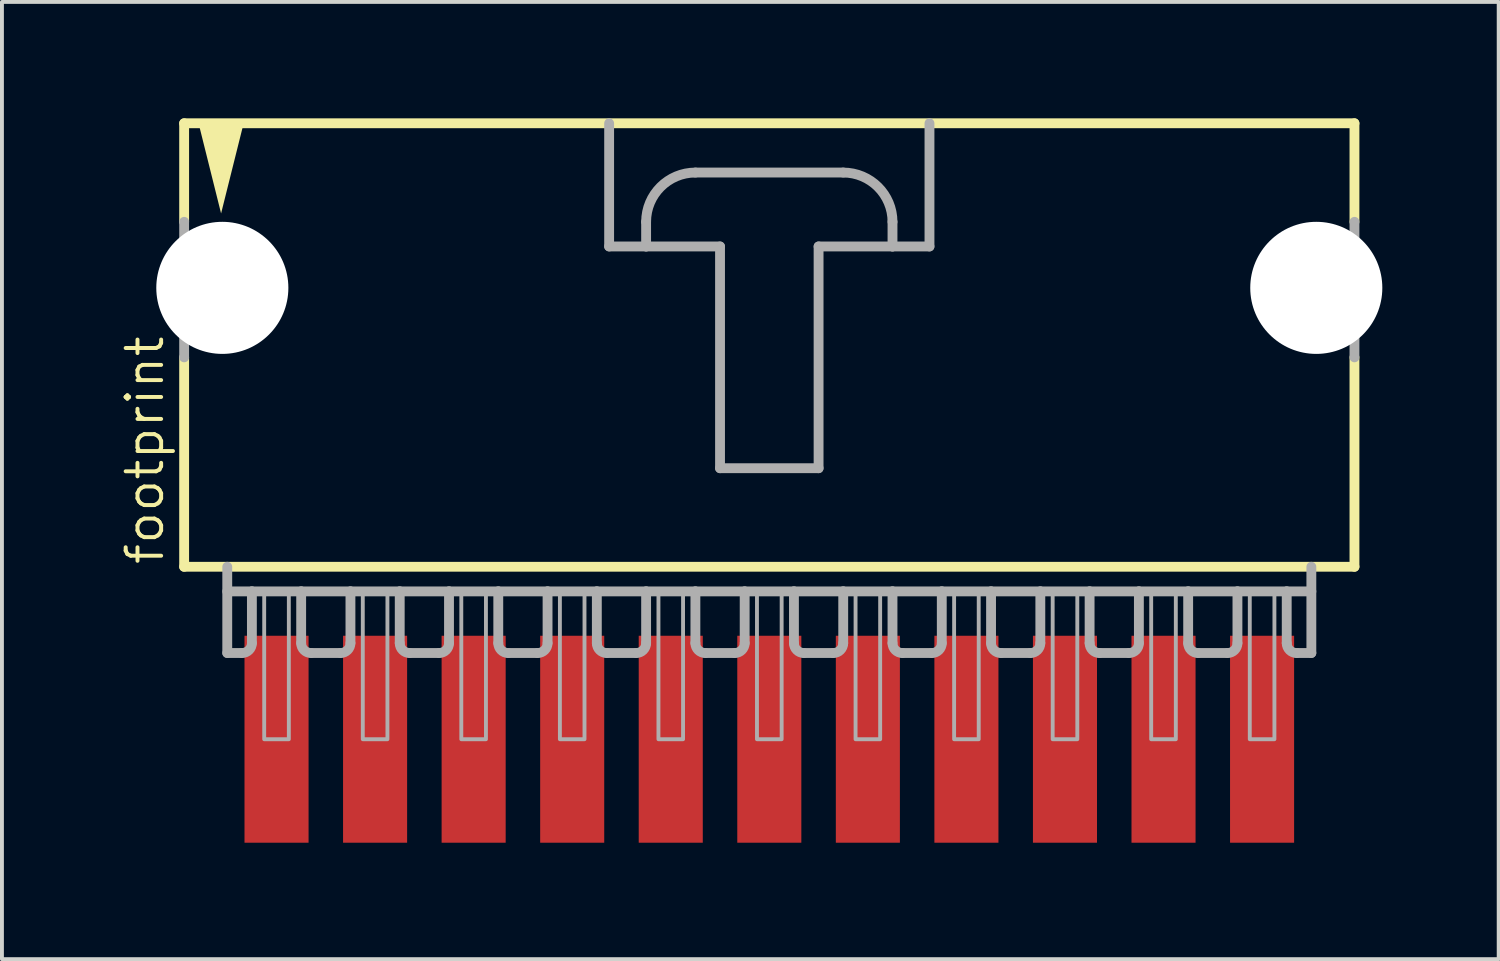
<source format=kicad_pcb>
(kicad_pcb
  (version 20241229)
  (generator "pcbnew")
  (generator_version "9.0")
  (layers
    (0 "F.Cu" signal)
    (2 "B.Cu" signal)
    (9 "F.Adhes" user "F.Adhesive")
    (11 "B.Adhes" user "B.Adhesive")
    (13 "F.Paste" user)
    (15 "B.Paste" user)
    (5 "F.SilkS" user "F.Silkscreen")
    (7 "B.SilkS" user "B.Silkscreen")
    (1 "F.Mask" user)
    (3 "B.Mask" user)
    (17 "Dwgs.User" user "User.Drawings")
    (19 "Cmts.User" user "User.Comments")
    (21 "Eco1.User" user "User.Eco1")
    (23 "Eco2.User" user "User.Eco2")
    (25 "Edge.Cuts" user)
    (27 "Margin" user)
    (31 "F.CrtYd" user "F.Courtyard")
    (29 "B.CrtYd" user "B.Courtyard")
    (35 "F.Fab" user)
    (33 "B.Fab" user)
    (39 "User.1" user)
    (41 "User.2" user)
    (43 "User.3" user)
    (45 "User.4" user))
  (footprint "footprint"
    (layer "F.Cu")
    (at 16.777 5.207)
    (property "Reference" "footprint" (at -15.557 6.35 90) (layer "F.SilkS") (effects (font (size 0.914 0.914) (thickness 0.102)) (justify left bottom)))
    (fp_line (start -15.081 -5.08) (end -15.081 -2.54) (stroke (width 0.254) (type solid)) (layer "F.SilkS"))
    (fp_line (start -15.081 0.953) (end -15.081 6.35) (stroke (width 0.254) (type solid)) (layer "F.SilkS"))
    (fp_line (start -15.081 6.35) (end 15.081 6.35) (stroke (width 0.254) (type solid)) (layer "F.SilkS"))
    (fp_line (start 15.081 -5.08) (end -15.081 -5.08) (stroke (width 0.254) (type solid)) (layer "F.SilkS"))
    (fp_line (start 15.081 -2.54) (end 15.081 -5.08) (stroke (width 0.254) (type solid)) (layer "F.SilkS"))
    (fp_line (start 15.081 6.35) (end 15.081 0.953) (stroke (width 0.254) (type solid)) (layer "F.SilkS"))
    (fp_poly (pts (xy -14.129 -2.756) (xy -14.735 -5.182) (xy -13.522 -5.182)) (stroke (width 0) (type solid)) (fill yes) (layer "F.SilkS"))
    (fp_line (start -15.081 -2.54) (end -15.081 0.953) (stroke (width 0.254) (type solid)) (layer "F.Fab"))
    (fp_line (start -13.97 6.35) (end -13.97 8.572) (stroke (width 0.254) (type solid)) (layer "F.Fab"))
    (fp_line (start -13.97 6.985) (end -13.335 6.985) (stroke (width 0.254) (type solid)) (layer "F.Fab"))
    (fp_line (start -13.589 8.572) (end -13.97 8.572) (stroke (width 0.254) (type solid)) (layer "F.Fab"))
    (fp_line (start -13.335 6.985) (end -13.335 8.319) (stroke (width 0.254) (type solid)) (layer "F.Fab"))
    (fp_line (start -13.335 6.985) (end -12.065 6.985) (stroke (width 0.254) (type solid)) (layer "F.Fab"))
    (fp_line (start -12.065 6.985) (end -12.065 8.319) (stroke (width 0.254) (type solid)) (layer "F.Fab"))
    (fp_line (start -12.065 6.985) (end -10.795 6.985) (stroke (width 0.254) (type solid)) (layer "F.Fab"))
    (fp_line (start -11.049 8.572) (end -11.811 8.572) (stroke (width 0.254) (type solid)) (layer "F.Fab"))
    (fp_line (start -10.795 6.985) (end -10.795 8.319) (stroke (width 0.254) (type solid)) (layer "F.Fab"))
    (fp_line (start -10.795 6.985) (end -9.525 6.985) (stroke (width 0.254) (type solid)) (layer "F.Fab"))
    (fp_line (start -9.525 6.985) (end -9.525 8.319) (stroke (width 0.254) (type solid)) (layer "F.Fab"))
    (fp_line (start -9.525 6.985) (end -8.255 6.985) (stroke (width 0.254) (type solid)) (layer "F.Fab"))
    (fp_line (start -8.509 8.572) (end -9.271 8.572) (stroke (width 0.254) (type solid)) (layer "F.Fab"))
    (fp_line (start -8.255 6.985) (end -8.255 8.319) (stroke (width 0.254) (type solid)) (layer "F.Fab"))
    (fp_line (start -8.255 6.985) (end -6.985 6.985) (stroke (width 0.254) (type solid)) (layer "F.Fab"))
    (fp_line (start -6.985 6.985) (end -6.985 8.319) (stroke (width 0.254) (type solid)) (layer "F.Fab"))
    (fp_line (start -6.985 6.985) (end -5.715 6.985) (stroke (width 0.254) (type solid)) (layer "F.Fab"))
    (fp_line (start -5.969 8.572) (end -6.731 8.572) (stroke (width 0.254) (type solid)) (layer "F.Fab"))
    (fp_line (start -5.715 6.985) (end -5.715 8.319) (stroke (width 0.254) (type solid)) (layer "F.Fab"))
    (fp_line (start -5.715 6.985) (end -4.445 6.985) (stroke (width 0.254) (type solid)) (layer "F.Fab"))
    (fp_line (start -4.445 6.985) (end -4.445 8.319) (stroke (width 0.254) (type solid)) (layer "F.Fab"))
    (fp_line (start -4.445 6.985) (end -3.175 6.985) (stroke (width 0.254) (type solid)) (layer "F.Fab"))
    (fp_line (start -4.128 -5.08) (end -4.128 -1.905) (stroke (width 0.254) (type solid)) (layer "F.Fab"))
    (fp_line (start -4.128 -1.905) (end -3.175 -1.905) (stroke (width 0.254) (type solid)) (layer "F.Fab"))
    (fp_line (start -3.429 8.572) (end -4.191 8.572) (stroke (width 0.254) (type solid)) (layer "F.Fab"))
    (fp_line (start -3.175 -1.905) (end -3.175 -2.54) (stroke (width 0.254) (type solid)) (layer "F.Fab"))
    (fp_line (start -3.175 -1.905) (end -1.27 -1.905) (stroke (width 0.254) (type solid)) (layer "F.Fab"))
    (fp_line (start -3.175 6.985) (end -3.175 8.319) (stroke (width 0.254) (type solid)) (layer "F.Fab"))
    (fp_line (start -3.175 6.985) (end -1.905 6.985) (stroke (width 0.254) (type solid)) (layer "F.Fab"))
    (fp_line (start -1.905 -3.81) (end 1.905 -3.81) (stroke (width 0.254) (type solid)) (layer "F.Fab"))
    (fp_line (start -1.905 6.985) (end -1.905 8.319) (stroke (width 0.254) (type solid)) (layer "F.Fab"))
    (fp_line (start -1.905 6.985) (end -0.635 6.985) (stroke (width 0.254) (type solid)) (layer "F.Fab"))
    (fp_line (start -1.27 -1.905) (end -1.27 3.81) (stroke (width 0.254) (type solid)) (layer "F.Fab"))
    (fp_line (start -1.27 3.81) (end 1.27 3.81) (stroke (width 0.254) (type solid)) (layer "F.Fab"))
    (fp_line (start -0.889 8.572) (end -1.651 8.572) (stroke (width 0.254) (type solid)) (layer "F.Fab"))
    (fp_line (start -0.635 6.985) (end -0.635 8.319) (stroke (width 0.254) (type solid)) (layer "F.Fab"))
    (fp_line (start -0.635 6.985) (end 0.635 6.985) (stroke (width 0.254) (type solid)) (layer "F.Fab"))
    (fp_line (start 0.635 6.985) (end 0.635 8.319) (stroke (width 0.254) (type solid)) (layer "F.Fab"))
    (fp_line (start 0.635 6.985) (end 1.905 6.985) (stroke (width 0.254) (type solid)) (layer "F.Fab"))
    (fp_line (start 1.27 -1.905) (end 3.175 -1.905) (stroke (width 0.254) (type solid)) (layer "F.Fab"))
    (fp_line (start 1.27 3.81) (end 1.27 -1.905) (stroke (width 0.254) (type solid)) (layer "F.Fab"))
    (fp_line (start 1.651 8.572) (end 0.889 8.572) (stroke (width 0.254) (type solid)) (layer "F.Fab"))
    (fp_line (start 1.905 6.985) (end 1.905 8.319) (stroke (width 0.254) (type solid)) (layer "F.Fab"))
    (fp_line (start 1.905 6.985) (end 3.175 6.985) (stroke (width 0.254) (type solid)) (layer "F.Fab"))
    (fp_line (start 3.175 -2.54) (end 3.175 -1.905) (stroke (width 0.254) (type solid)) (layer "F.Fab"))
    (fp_line (start 3.175 -1.905) (end 4.128 -1.905) (stroke (width 0.254) (type solid)) (layer "F.Fab"))
    (fp_line (start 3.175 6.985) (end 3.175 8.319) (stroke (width 0.254) (type solid)) (layer "F.Fab"))
    (fp_line (start 3.175 6.985) (end 4.445 6.985) (stroke (width 0.254) (type solid)) (layer "F.Fab"))
    (fp_line (start 4.128 -1.905) (end 4.128 -5.08) (stroke (width 0.254) (type solid)) (layer "F.Fab"))
    (fp_line (start 4.191 8.572) (end 3.429 8.572) (stroke (width 0.254) (type solid)) (layer "F.Fab"))
    (fp_line (start 4.445 6.985) (end 4.445 8.319) (stroke (width 0.254) (type solid)) (layer "F.Fab"))
    (fp_line (start 4.445 6.985) (end 5.715 6.985) (stroke (width 0.254) (type solid)) (layer "F.Fab"))
    (fp_line (start 5.715 6.985) (end 5.715 8.319) (stroke (width 0.254) (type solid)) (layer "F.Fab"))
    (fp_line (start 5.715 6.985) (end 6.985 6.985) (stroke (width 0.254) (type solid)) (layer "F.Fab"))
    (fp_line (start 6.731 8.572) (end 5.969 8.572) (stroke (width 0.254) (type solid)) (layer "F.Fab"))
    (fp_line (start 6.985 6.985) (end 6.985 8.319) (stroke (width 0.254) (type solid)) (layer "F.Fab"))
    (fp_line (start 6.985 6.985) (end 8.255 6.985) (stroke (width 0.254) (type solid)) (layer "F.Fab"))
    (fp_line (start 8.255 6.985) (end 8.255 8.319) (stroke (width 0.254) (type solid)) (layer "F.Fab"))
    (fp_line (start 8.255 6.985) (end 9.525 6.985) (stroke (width 0.254) (type solid)) (layer "F.Fab"))
    (fp_line (start 9.271 8.572) (end 8.509 8.572) (stroke (width 0.254) (type solid)) (layer "F.Fab"))
    (fp_line (start 9.525 6.985) (end 9.525 8.319) (stroke (width 0.254) (type solid)) (layer "F.Fab"))
    (fp_line (start 9.525 6.985) (end 10.795 6.985) (stroke (width 0.254) (type solid)) (layer "F.Fab"))
    (fp_line (start 10.795 6.985) (end 10.795 8.319) (stroke (width 0.254) (type solid)) (layer "F.Fab"))
    (fp_line (start 10.795 6.985) (end 12.065 6.985) (stroke (width 0.254) (type solid)) (layer "F.Fab"))
    (fp_line (start 11.811 8.572) (end 11.049 8.572) (stroke (width 0.254) (type solid)) (layer "F.Fab"))
    (fp_line (start 12.065 6.985) (end 12.065 8.319) (stroke (width 0.254) (type solid)) (layer "F.Fab"))
    (fp_line (start 12.065 6.985) (end 13.335 6.985) (stroke (width 0.254) (type solid)) (layer "F.Fab"))
    (fp_line (start 13.335 6.985) (end 13.335 8.319) (stroke (width 0.254) (type solid)) (layer "F.Fab"))
    (fp_line (start 13.335 6.985) (end 13.97 6.985) (stroke (width 0.254) (type solid)) (layer "F.Fab"))
    (fp_line (start 13.589 8.572) (end 13.97 8.572) (stroke (width 0.254) (type solid)) (layer "F.Fab"))
    (fp_line (start 13.97 8.572) (end 13.97 6.35) (stroke (width 0.254) (type solid)) (layer "F.Fab"))
    (fp_line (start 15.081 -2.54) (end 15.081 0.953) (stroke (width 0.254) (type solid)) (layer "F.Fab"))
    (fp_arc (start -13.335 8.3185) (mid -13.409395 8.498105) (end -13.589 8.5725) (stroke (width 0.254) (type solid)) (layer "F.Fab"))
    (fp_arc (start -11.811 8.5725) (mid -11.990605 8.498105) (end -12.065 8.3185) (stroke (width 0.254) (type solid)) (layer "F.Fab"))
    (fp_arc (start -10.795 8.3185) (mid -10.869395 8.498105) (end -11.049 8.5725) (stroke (width 0.254) (type solid)) (layer "F.Fab"))
    (fp_arc (start -9.271 8.5725) (mid -9.450605 8.498105) (end -9.525 8.3185) (stroke (width 0.254) (type solid)) (layer "F.Fab"))
    (fp_arc (start -8.255 8.3185) (mid -8.329395 8.498105) (end -8.509 8.5725) (stroke (width 0.254) (type solid)) (layer "F.Fab"))
    (fp_arc (start -6.731 8.5725) (mid -6.910605 8.498105) (end -6.985 8.3185) (stroke (width 0.254) (type solid)) (layer "F.Fab"))
    (fp_arc (start -5.715 8.3185) (mid -5.789395 8.498105) (end -5.969 8.5725) (stroke (width 0.254) (type solid)) (layer "F.Fab"))
    (fp_arc (start -4.191 8.5725) (mid -4.370605 8.498105) (end -4.445 8.3185) (stroke (width 0.254) (type solid)) (layer "F.Fab"))
    (fp_arc (start -3.175 -2.54) (mid -2.803026 -3.438026) (end -1.905 -3.81) (stroke (width 0.254) (type solid)) (layer "F.Fab"))
    (fp_arc (start -3.175 8.3185) (mid -3.249395 8.498105) (end -3.429 8.5725) (stroke (width 0.254) (type solid)) (layer "F.Fab"))
    (fp_arc (start -1.651 8.5725) (mid -1.830605 8.498105) (end -1.905 8.3185) (stroke (width 0.254) (type solid)) (layer "F.Fab"))
    (fp_arc (start -0.635 8.3185) (mid -0.709395 8.498105) (end -0.889 8.5725) (stroke (width 0.254) (type solid)) (layer "F.Fab"))
    (fp_arc (start 0.889 8.5725) (mid 0.709395 8.498105) (end 0.635 8.3185) (stroke (width 0.254) (type solid)) (layer "F.Fab"))
    (fp_arc (start 1.905 -3.81) (mid 2.803026 -3.438026) (end 3.175 -2.54) (stroke (width 0.254) (type solid)) (layer "F.Fab"))
    (fp_arc (start 1.905 8.3185) (mid 1.830605 8.498105) (end 1.651 8.5725) (stroke (width 0.254) (type solid)) (layer "F.Fab"))
    (fp_arc (start 3.429 8.5725) (mid 3.249395 8.498105) (end 3.175 8.3185) (stroke (width 0.254) (type solid)) (layer "F.Fab"))
    (fp_arc (start 4.445 8.3185) (mid 4.370605 8.498105) (end 4.191 8.5725) (stroke (width 0.254) (type solid)) (layer "F.Fab"))
    (fp_arc (start 5.969 8.5725) (mid 5.789395 8.498105) (end 5.715 8.3185) (stroke (width 0.254) (type solid)) (layer "F.Fab"))
    (fp_arc (start 6.985 8.3185) (mid 6.910605 8.498105) (end 6.731 8.5725) (stroke (width 0.254) (type solid)) (layer "F.Fab"))
    (fp_arc (start 8.509 8.5725) (mid 8.329395 8.498105) (end 8.255 8.3185) (stroke (width 0.254) (type solid)) (layer "F.Fab"))
    (fp_arc (start 9.525 8.3185) (mid 9.450605 8.498105) (end 9.271 8.5725) (stroke (width 0.254) (type solid)) (layer "F.Fab"))
    (fp_arc (start 11.049 8.5725) (mid 10.869395 8.498105) (end 10.795 8.3185) (stroke (width 0.254) (type solid)) (layer "F.Fab"))
    (fp_arc (start 12.065 8.3185) (mid 11.990605 8.498105) (end 11.811 8.5725) (stroke (width 0.254) (type solid)) (layer "F.Fab"))
    (fp_arc (start 13.589 8.5725) (mid 13.409395 8.498105) (end 13.335 8.3185) (stroke (width 0.254) (type solid)) (layer "F.Fab"))
    (fp_poly (pts (xy -13.018 10.795) (xy -12.383 10.795) (xy -12.383 6.985) (xy -13.018 6.985)) (stroke (width 0.1) (type solid)) (fill no) (layer "F.Fab"))
    (fp_poly (pts (xy -10.477 10.795) (xy -9.842 10.795) (xy -9.842 6.985) (xy -10.477 6.985)) (stroke (width 0.1) (type solid)) (fill no) (layer "F.Fab"))
    (fp_poly (pts (xy -7.938 10.795) (xy -7.303 10.795) (xy -7.303 6.985) (xy -7.938 6.985)) (stroke (width 0.1) (type solid)) (fill no) (layer "F.Fab"))
    (fp_poly (pts (xy -5.397 10.795) (xy -4.763 10.795) (xy -4.763 6.985) (xy -5.397 6.985)) (stroke (width 0.1) (type solid)) (fill no) (layer "F.Fab"))
    (fp_poly (pts (xy -2.857 10.795) (xy -2.223 10.795) (xy -2.223 6.985) (xy -2.857 6.985)) (stroke (width 0.1) (type solid)) (fill no) (layer "F.Fab"))
    (fp_poly (pts (xy -0.318 10.795) (xy 0.318 10.795) (xy 0.318 6.985) (xy -0.318 6.985)) (stroke (width 0.1) (type solid)) (fill no) (layer "F.Fab"))
    (fp_poly (pts (xy 2.223 10.795) (xy 2.857 10.795) (xy 2.857 6.985) (xy 2.223 6.985)) (stroke (width 0.1) (type solid)) (fill no) (layer "F.Fab"))
    (fp_poly (pts (xy 4.763 10.795) (xy 5.397 10.795) (xy 5.397 6.985) (xy 4.763 6.985)) (stroke (width 0.1) (type solid)) (fill no) (layer "F.Fab"))
    (fp_poly (pts (xy 7.303 10.795) (xy 7.938 10.795) (xy 7.938 6.985) (xy 7.303 6.985)) (stroke (width 0.1) (type solid)) (fill no) (layer "F.Fab"))
    (fp_poly (pts (xy 9.842 10.795) (xy 10.477 10.795) (xy 10.477 6.985) (xy 9.842 6.985)) (stroke (width 0.1) (type solid)) (fill no) (layer "F.Fab"))
    (fp_poly (pts (xy 12.383 10.795) (xy 13.018 10.795) (xy 13.018 6.985) (xy 12.383 6.985)) (stroke (width 0.1) (type solid)) (fill no) (layer "F.Fab"))
    (pad "" np_thru_hole circle (at -14.097 -0.838) (size 3.404 3.404) (drill 3.404) (layers "*.Cu" "*.Mask"))
    (pad "" np_thru_hole circle (at 14.097 -0.838) (size 3.404 3.404) (drill 3.404) (layers "*.Cu" "*.Mask"))
    (pad "1" smd rect (at -12.7 10.795 90) (size 5.334 1.651) (layers "F.Cu" "F.Mask" "F.Paste"))
    (pad "2" smd rect (at -10.16 10.795 90) (size 5.334 1.651) (layers "F.Cu" "F.Mask" "F.Paste"))
    (pad "3" smd rect (at -7.62 10.795 90) (size 5.334 1.651) (layers "F.Cu" "F.Mask" "F.Paste"))
    (pad "4" smd rect (at -5.08 10.795 90) (size 5.334 1.651) (layers "F.Cu" "F.Mask" "F.Paste"))
    (pad "5" smd rect (at -2.54 10.795 90) (size 5.334 1.651) (layers "F.Cu" "F.Mask" "F.Paste"))
    (pad "6" smd rect (at 0 10.795 90) (size 5.334 1.651) (layers "F.Cu" "F.Mask" "F.Paste"))
    (pad "7" smd rect (at 2.54 10.795 90) (size 5.334 1.651) (layers "F.Cu" "F.Mask" "F.Paste"))
    (pad "8" smd rect (at 5.08 10.795 90) (size 5.334 1.651) (layers "F.Cu" "F.Mask" "F.Paste"))
    (pad "9" smd rect (at 7.62 10.795 90) (size 5.334 1.651) (layers "F.Cu" "F.Mask" "F.Paste"))
    (pad "10" smd rect (at 10.16 10.795 90) (size 5.334 1.651) (layers "F.Cu" "F.Mask" "F.Paste"))
    (pad "11" smd rect (at 12.7 10.795 90) (size 5.334 1.651) (layers "F.Cu" "F.Mask" "F.Paste")))
  (gr_rect
    (start -3 -3)
    (end 35.575 21.669)
    (stroke (width 0.1) (type default))
    (fill no)
    (layer "Edge.Cuts")))
</source>
